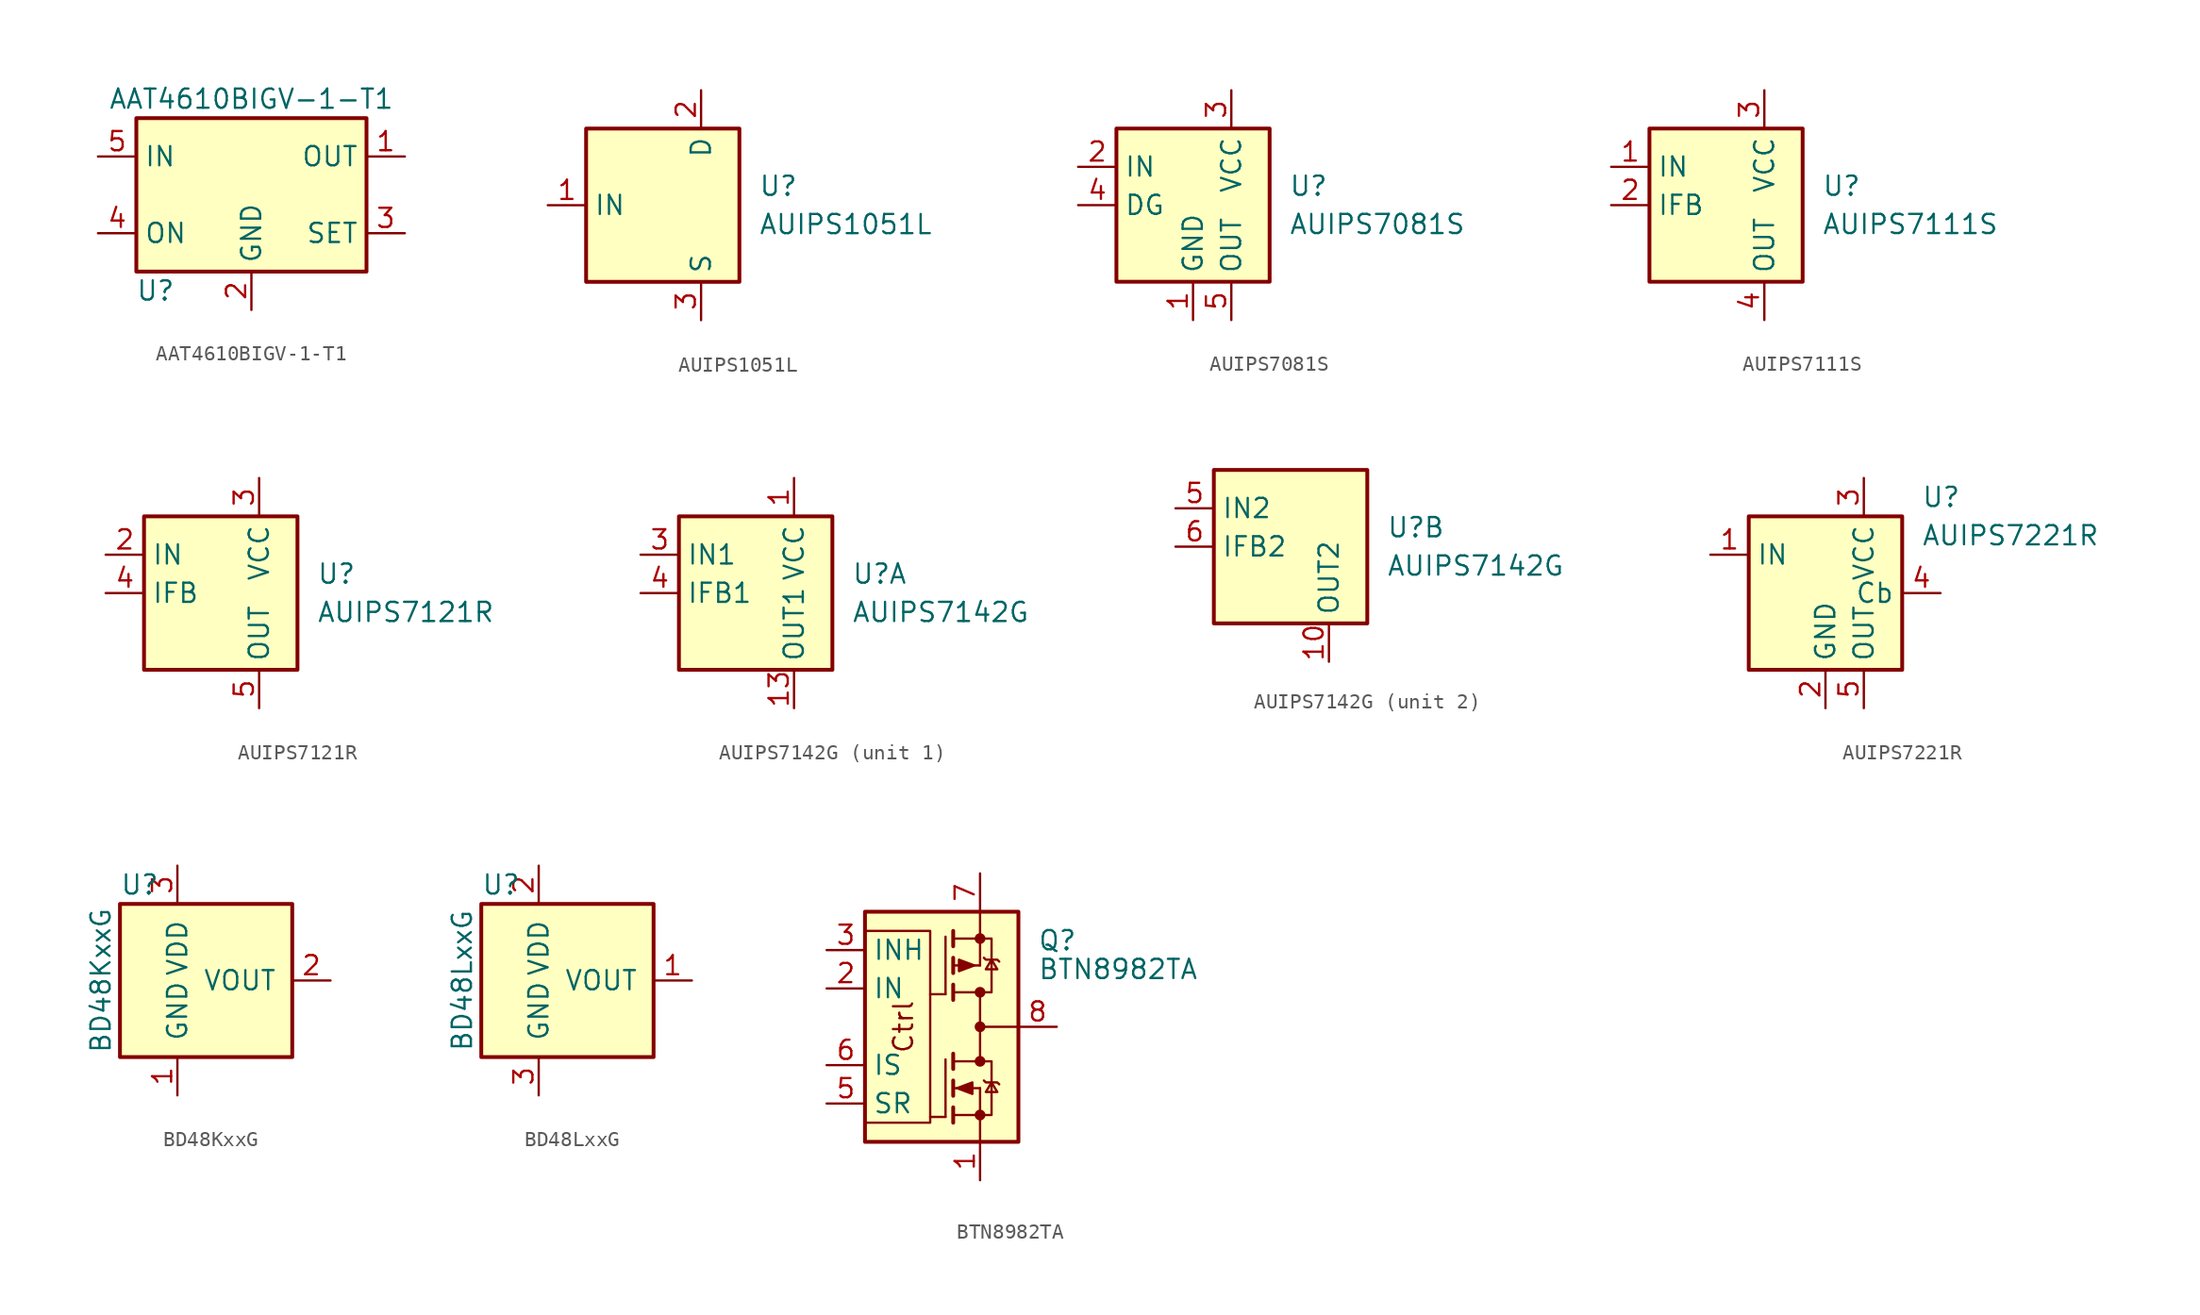
<source format=kicad_sym>
(kicad_symbol_lib
  (version 20201005)
  (generator kicad_symbol_editor)
  (symbol "AAT4610BIGV-1-T1"
    (property "Reference" "U"
      (at -6.35 -6.35 0)
      (effects (font (size 1.27 1.27))))
    (property "Value" "AAT4610BIGV-1-T1"
      (at 0 6.35 0)
      (effects (font (size 1.27 1.27))))
    (symbol "AAT4610BIGV-1-T1_0_1"
      (rectangle (start -7.62 5.08) (end 7.62 -5.08) (stroke (width 0.254)) (fill (type background))))
    (symbol "AAT4610BIGV-1-T1_1_1"
      (pin power_out line (at 10.16 2.54 180) (length 2.54) (name "OUT" (effects (font (size 1.27 1.27)))) (number "1" (effects (font (size 1.27 1.27)))))
      (pin power_in line (at 0 -7.62 90) (length 2.54) (name "GND" (effects (font (size 1.27 1.27)))) (number "2" (effects (font (size 1.27 1.27)))))
      (pin passive line (at 10.16 -2.54 180) (length 2.54) (name "SET" (effects (font (size 1.27 1.27)))) (number "3" (effects (font (size 1.27 1.27)))))
      (pin input line (at -10.16 -2.54 0) (length 2.54) (name "ON" (effects (font (size 1.27 1.27)))) (number "4" (effects (font (size 1.27 1.27)))))
      (pin power_in line (at -10.16 2.54 0) (length 2.54) (name "IN" (effects (font (size 1.27 1.27)))) (number "5" (effects (font (size 1.27 1.27)))))))
  (symbol "AUIPS1051L"
    (property "Reference" "U"
      (at 3.81 1.27 0)
      (effects (font (size 1.27 1.27)) (justify left)))
    (property "Value" "AUIPS1051L"
      (at 3.81 -1.27 0)
      (effects (font (size 1.27 1.27)) (justify left)))
    (symbol "AUIPS1051L_0_1"
      (rectangle (start -7.62 5.08) (end 2.54 -5.08) (stroke (width 0.254)) (fill (type background))))
    (symbol "AUIPS1051L_1_1"
      (pin input line (at -10.16 0 0) (length 2.54) (name "IN" (effects (font (size 1.27 1.27)))) (number "1" (effects (font (size 1.27 1.27)))))
      (pin passive line (at 0 7.62 270) (length 2.54) (name "D" (effects (font (size 1.27 1.27)))) (number "2" (effects (font (size 1.27 1.27)))))
      (pin power_in line (at 0 -7.62 90) (length 2.54) (name "S" (effects (font (size 1.27 1.27)))) (number "3" (effects (font (size 1.27 1.27)))))))
  (symbol "AUIPS7081S"
    (property "Reference" "U"
      (at 3.81 1.27 0)
      (effects (font (size 1.27 1.27)) (justify left)))
    (property "Value" "AUIPS7081S"
      (at 3.81 -1.27 0)
      (effects (font (size 1.27 1.27)) (justify left)))
    (symbol "AUIPS7081S_0_1"
      (rectangle (start -7.62 5.08) (end 2.54 -5.08) (stroke (width 0.254)) (fill (type background))))
    (symbol "AUIPS7081S_1_1"
      (pin power_in line (at -2.54 -7.62 90) (length 2.54) (name "GND" (effects (font (size 1.27 1.27)))) (number "1" (effects (font (size 1.27 1.27)))))
      (pin input line (at -10.16 2.54 0) (length 2.54) (name "IN" (effects (font (size 1.27 1.27)))) (number "2" (effects (font (size 1.27 1.27)))))
      (pin power_in line (at 0 7.62 270) (length 2.54) (name "VCC" (effects (font (size 1.27 1.27)))) (number "3" (effects (font (size 1.27 1.27)))))
      (pin open_collector line (at -10.16 0 0) (length 2.54) (name "DG" (effects (font (size 1.27 1.27)))) (number "4" (effects (font (size 1.27 1.27)))))
      (pin power_out line (at 0 -7.62 90) (length 2.54) (name "OUT" (effects (font (size 1.27 1.27)))) (number "5" (effects (font (size 1.27 1.27)))))))
  (symbol "AUIPS7111S"
    (property "Reference" "U"
      (at 3.81 1.27 0)
      (effects (font (size 1.27 1.27)) (justify left)))
    (property "Value" "AUIPS7111S"
      (at 3.81 -1.27 0)
      (effects (font (size 1.27 1.27)) (justify left)))
    (symbol "AUIPS7111S_0_1"
      (rectangle (start -7.62 5.08) (end 2.54 -5.08) (stroke (width 0.254)) (fill (type background))))
    (symbol "AUIPS7111S_1_1"
      (pin input line (at -10.16 2.54 0) (length 2.54) (name "IN" (effects (font (size 1.27 1.27)))) (number "1" (effects (font (size 1.27 1.27)))))
      (pin output line (at -10.16 0 0) (length 2.54) (name "IFB" (effects (font (size 1.27 1.27)))) (number "2" (effects (font (size 1.27 1.27)))))
      (pin power_in line (at 0 7.62 270) (length 2.54) (name "VCC" (effects (font (size 1.27 1.27)))) (number "3" (effects (font (size 1.27 1.27)))))
      (pin power_out line (at 0 -7.62 90) (length 2.54) (name "OUT" (effects (font (size 1.27 1.27)))) (number "4" (effects (font (size 1.27 1.27)))))
      (pin passive line (at 0 -7.62 90) (length 2.54) hide (name "OUT" (effects (font (size 1.27 1.27)))) (number "5" (effects (font (size 1.27 1.27)))))))
  (symbol "AUIPS7121R"
    (property "Reference" "U"
      (at 3.81 1.27 0)
      (effects (font (size 1.27 1.27)) (justify left)))
    (property "Value" "AUIPS7121R"
      (at 3.81 -1.27 0)
      (effects (font (size 1.27 1.27)) (justify left)))
    (symbol "AUIPS7121R_0_1"
      (rectangle (start -7.62 5.08) (end 2.54 -5.08) (stroke (width 0.254)) (fill (type background))))
    (symbol "AUIPS7121R_1_1"
      (pin no_connect line (at -7.62 -2.54 0) (length 2.54) hide (name "NC" (effects (font (size 1.27 1.27)))) (number "1" (effects (font (size 1.27 1.27)))))
      (pin input line (at -10.16 2.54 0) (length 2.54) (name "IN" (effects (font (size 1.27 1.27)))) (number "2" (effects (font (size 1.27 1.27)))))
      (pin power_in line (at 0 7.62 270) (length 2.54) (name "VCC" (effects (font (size 1.27 1.27)))) (number "3" (effects (font (size 1.27 1.27)))))
      (pin output line (at -10.16 0 0) (length 2.54) (name "IFB" (effects (font (size 1.27 1.27)))) (number "4" (effects (font (size 1.27 1.27)))))
      (pin power_out line (at 0 -7.62 90) (length 2.54) (name "OUT" (effects (font (size 1.27 1.27)))) (number "5" (effects (font (size 1.27 1.27)))))))
  (symbol "AUIPS7142G"
    (property "Reference" "U"
      (at 3.81 1.27 0)
      (effects (font (size 1.27 1.27)) (justify left)))
    (property "Value" "AUIPS7142G"
      (at 3.81 -1.27 0)
      (effects (font (size 1.27 1.27)) (justify left)))
    (symbol "AUIPS7142G_0_1"
      (rectangle (start -7.62 5.08) (end 2.54 -5.08) (stroke (width 0.254)) (fill (type background))))
    (symbol "AUIPS7142G_1_1"
      (pin power_in line (at 0 7.62 270) (length 2.54) (name "VCC" (effects (font (size 1.27 1.27)))) (number "1" (effects (font (size 1.27 1.27)))))
      (pin power_out line (at 0 -7.62 90) (length 2.54) (name "OUT1" (effects (font (size 1.27 1.27)))) (number "13" (effects (font (size 1.27 1.27)))))
      (pin passive line (at 0 -7.62 90) (length 2.54) hide (name "OUT1" (effects (font (size 1.27 1.27)))) (number "14" (effects (font (size 1.27 1.27)))))
      (pin passive line (at 0 -7.62 90) (length 2.54) hide (name "OUT1" (effects (font (size 1.27 1.27)))) (number "15" (effects (font (size 1.27 1.27)))))
      (pin passive line (at 0 7.62 270) (length 2.54) hide (name "VCC" (effects (font (size 1.27 1.27)))) (number "16" (effects (font (size 1.27 1.27)))))
      (pin passive line (at 0 7.62 270) (length 2.54) hide (name "VCC" (effects (font (size 1.27 1.27)))) (number "2" (effects (font (size 1.27 1.27)))))
      (pin input line (at -10.16 2.54 0) (length 2.54) (name "IN1" (effects (font (size 1.27 1.27)))) (number "3" (effects (font (size 1.27 1.27)))))
      (pin output line (at -10.16 0 0) (length 2.54) (name "IFB1" (effects (font (size 1.27 1.27)))) (number "4" (effects (font (size 1.27 1.27)))))
      (pin passive line (at 0 7.62 270) (length 2.54) hide (name "VCC" (effects (font (size 1.27 1.27)))) (number "7" (effects (font (size 1.27 1.27)))))
      (pin passive line (at 0 7.62 270) (length 2.54) hide (name "VCC" (effects (font (size 1.27 1.27)))) (number "8" (effects (font (size 1.27 1.27)))))
      (pin passive line (at 0 7.62 270) (length 2.54) hide (name "VCC" (effects (font (size 1.27 1.27)))) (number "9" (effects (font (size 1.27 1.27))))))
    (symbol "AUIPS7142G_2_1"
      (pin power_out line (at 0 -7.62 90) (length 2.54) (name "OUT2" (effects (font (size 1.27 1.27)))) (number "10" (effects (font (size 1.27 1.27)))))
      (pin passive line (at 0 -7.62 90) (length 2.54) hide (name "OUT2" (effects (font (size 1.27 1.27)))) (number "11" (effects (font (size 1.27 1.27)))))
      (pin passive line (at 0 -7.62 90) (length 2.54) hide (name "OUT2" (effects (font (size 1.27 1.27)))) (number "12" (effects (font (size 1.27 1.27)))))
      (pin input line (at -10.16 2.54 0) (length 2.54) (name "IN2" (effects (font (size 1.27 1.27)))) (number "5" (effects (font (size 1.27 1.27)))))
      (pin output line (at -10.16 0 0) (length 2.54) (name "IFB2" (effects (font (size 1.27 1.27)))) (number "6" (effects (font (size 1.27 1.27)))))))
  (symbol "AUIPS7221R"
    (property "Reference" "U"
      (at 3.81 6.35 0)
      (effects (font (size 1.27 1.27)) (justify left)))
    (property "Value" "AUIPS7221R"
      (at 3.81 3.81 0)
      (effects (font (size 1.27 1.27)) (justify left)))
    (symbol "AUIPS7221R_0_1"
      (rectangle (start -7.62 5.08) (end 2.54 -5.08) (stroke (width 0.254)) (fill (type background))))
    (symbol "AUIPS7221R_1_1"
      (pin input line (at -10.16 2.54 0) (length 2.54) (name "IN" (effects (font (size 1.27 1.27)))) (number "1" (effects (font (size 1.27 1.27)))))
      (pin power_in line (at -2.54 -7.62 90) (length 2.54) (name "GND" (effects (font (size 1.27 1.27)))) (number "2" (effects (font (size 1.27 1.27)))))
      (pin power_in line (at 0 7.62 270) (length 2.54) (name "VCC" (effects (font (size 1.27 1.27)))) (number "3" (effects (font (size 1.27 1.27)))))
      (pin passive line (at 5.08 0 180) (length 2.54) (name "Cb" (effects (font (size 1.27 1.27)))) (number "4" (effects (font (size 1.27 1.27)))))
      (pin power_out line (at 0 -7.62 90) (length 2.54) (name "OUT" (effects (font (size 1.27 1.27)))) (number "5" (effects (font (size 1.27 1.27)))))))
  (symbol "BD48KxxG"
    (pin_names
      (offset 1.016))
    (property "Reference" "U"
      (at -3.81 6.35 0)
      (effects (font (size 1.27 1.27)) (justify left)))
    (property "Value" "BD48KxxG"
      (at -5.08 0 90)
      (effects (font (size 1.27 1.27))))
    (symbol "BD48KxxG_1_1"
      (rectangle (start -3.81 5.08) (end 7.62 -5.08) (stroke (width 0.254)) (fill (type background)))
      (pin power_in line (at 0 -7.62 90) (length 2.54) (name "GND" (effects (font (size 1.27 1.27)))) (number "1" (effects (font (size 1.27 1.27)))))
      (pin output line (at 10.16 0 180) (length 2.54) (name "VOUT" (effects (font (size 1.27 1.27)))) (number "2" (effects (font (size 1.27 1.27)))))
      (pin power_in line (at 0 7.62 270) (length 2.54) (name "VDD" (effects (font (size 1.27 1.27)))) (number "3" (effects (font (size 1.27 1.27)))))))
  (symbol "BD48LxxG"
    (pin_names
      (offset 1.016))
    (property "Reference" "U"
      (at -3.81 6.35 0)
      (effects (font (size 1.27 1.27)) (justify left)))
    (property "Value" "BD48LxxG"
      (at -5.08 0 90)
      (effects (font (size 1.27 1.27))))
    (symbol "BD48LxxG_1_1"
      (rectangle (start -3.81 5.08) (end 7.62 -5.08) (stroke (width 0.254)) (fill (type background)))
      (pin output line (at 10.16 0 180) (length 2.54) (name "VOUT" (effects (font (size 1.27 1.27)))) (number "1" (effects (font (size 1.27 1.27)))))
      (pin power_in line (at 0 7.62 270) (length 2.54) (name "VDD" (effects (font (size 1.27 1.27)))) (number "2" (effects (font (size 1.27 1.27)))))
      (pin power_in line (at 0 -7.62 90) (length 2.54) (name "GND" (effects (font (size 1.27 1.27)))) (number "3" (effects (font (size 1.27 1.27)))))))
  (symbol "BTN8982TA"
    (property "Reference" "Q"
      (at 6.35 5.715 0)
      (effects (font (size 1.27 1.27)) (justify left)))
    (property "Value" "BTN8982TA"
      (at 6.35 3.81 0)
      (effects (font (size 1.27 1.27)) (justify left)))
    (symbol "BTN8982TA_0_1"
      (rectangle (start -5.08 7.62) (end 5.08 -7.62) (stroke (width 0.254)) (fill (type background)))
      (polyline (pts (xy 0.254 -5.969) (xy -0.762 -5.969)) (stroke (width 0)) (fill (type none)))
      (polyline (pts (xy 0.254 2.159) (xy -0.762 2.159)) (stroke (width 0)) (fill (type none)))
      (polyline (pts (xy 2.54 0) (xy 5.08 0)) (stroke (width 0)) (fill (type none)))
      (polyline (pts (xy 2.54 2.286) (xy 2.54 -2.286)) (stroke (width 0)) (fill (type none)))
      (polyline (pts (xy 2.54 -5.842) (xy 2.54 -7.62) (xy 2.54 -6.858)) (stroke (width 0)) (fill (type none)))
      (polyline (pts (xy -5.08 6.35) (xy -0.762 6.35) (xy -0.762 -6.35) (xy -5.08 -6.35)) (stroke (width 0)) (fill (type none))))
    (symbol "BTN8982TA_1_0"
      (text "Ctrl" (at -2.54 0 900) (effects (font (size 1.27 1.27)))))
    (symbol "BTN8982TA_1_1"
      (circle (center 2.54 -5.842) (radius 0.279) (stroke (width 0)) (fill (type outline)))
      (circle (center 2.54 -2.286) (radius 0.279) (stroke (width 0)) (fill (type outline)))
      (circle (center 2.54 0) (radius 0.279) (stroke (width 0)) (fill (type outline)))
      (circle (center 2.54 2.286) (radius 0.279) (stroke (width 0)) (fill (type outline)))
      (circle (center 2.54 5.842) (radius 0.279) (stroke (width 0)) (fill (type outline)))
      (polyline (pts (xy 0.762 -5.842) (xy 2.54 -5.842)) (stroke (width 0)) (fill (type none)))
      (polyline (pts (xy 0.762 -5.334) (xy 0.762 -6.35)) (stroke (width 0.254)) (fill (type none)))
      (polyline (pts (xy 0.762 -4.064) (xy 2.54 -4.064)) (stroke (width 0)) (fill (type none)))
      (polyline (pts (xy 0.762 -3.556) (xy 0.762 -4.572)) (stroke (width 0.254)) (fill (type none)))
      (polyline (pts (xy 0.762 -2.286) (xy 2.54 -2.286)) (stroke (width 0)) (fill (type none)))
      (polyline (pts (xy 0.762 -1.778) (xy 0.762 -2.794)) (stroke (width 0.254)) (fill (type none)))
      (polyline (pts (xy 0.762 2.286) (xy 2.54 2.286)) (stroke (width 0)) (fill (type none)))
      (polyline (pts (xy 0.762 2.794) (xy 0.762 1.778)) (stroke (width 0.254)) (fill (type none)))
      (polyline (pts (xy 0.762 4.064) (xy 2.54 4.064)) (stroke (width 0)) (fill (type none)))
      (polyline (pts (xy 0.762 4.572) (xy 0.762 3.556)) (stroke (width 0.254)) (fill (type none)))
      (polyline (pts (xy 0.762 5.842) (xy 2.54 5.842)) (stroke (width 0)) (fill (type none)))
      (polyline (pts (xy 0.762 6.35) (xy 0.762 5.334)) (stroke (width 0.254)) (fill (type none)))
      (polyline (pts (xy 2.54 -5.842) (xy 2.54 -4.064)) (stroke (width 0)) (fill (type none)))
      (polyline (pts (xy 2.54 4.064) (xy 2.54 5.842)) (stroke (width 0)) (fill (type none)))
      (polyline (pts (xy 2.54 7.62) (xy 2.54 5.842)) (stroke (width 0)) (fill (type none)))
      (polyline (pts (xy 0.254 -2.159) (xy 0.254 -5.969) (xy 0.254 -5.969)) (stroke (width 0)) (fill (type none)))
      (polyline (pts (xy 0.254 5.969) (xy 0.254 2.159) (xy 0.254 2.159)) (stroke (width 0)) (fill (type none)))
      (polyline (pts (xy 1.016 -4.064) (xy 2.032 -3.683) (xy 2.032 -4.445) (xy 1.016 -4.064)) (stroke (width 0)) (fill (type outline)))
      (polyline (pts (xy 2.159 4.064) (xy 1.143 3.683) (xy 1.143 4.445) (xy 2.159 4.064)) (stroke (width 0)) (fill (type outline)))
      (polyline (pts (xy 2.54 -5.842) (xy 3.302 -5.842) (xy 3.302 -2.286) (xy 2.54 -2.286)) (stroke (width 0)) (fill (type none)))
      (polyline (pts (xy 2.54 2.286) (xy 3.302 2.286) (xy 3.302 5.842) (xy 2.54 5.842)) (stroke (width 0)) (fill (type none)))
      (polyline (pts (xy 2.794 -3.556) (xy 2.921 -3.683) (xy 3.683 -3.683) (xy 3.81 -3.81)) (stroke (width 0)) (fill (type none)))
      (polyline (pts (xy 2.794 4.572) (xy 2.921 4.445) (xy 3.683 4.445) (xy 3.81 4.318)) (stroke (width 0)) (fill (type none)))
      (polyline (pts (xy 3.302 -3.683) (xy 2.921 -4.318) (xy 3.683 -4.318) (xy 3.302 -3.683)) (stroke (width 0)) (fill (type none)))
      (polyline (pts (xy 3.302 4.445) (xy 2.921 3.81) (xy 3.683 3.81) (xy 3.302 4.445)) (stroke (width 0)) (fill (type none)))
      (pin power_in line (at 2.54 -10.16 90) (length 2.54) (name "~" (effects (font (size 1.27 1.27)))) (number "1" (effects (font (size 1.27 1.27)))))
      (pin input line (at -7.62 2.54 0) (length 2.54) (name "IN" (effects (font (size 1.27 1.27)))) (number "2" (effects (font (size 1.27 1.27)))))
      (pin input line (at -7.62 5.08 0) (length 2.54) (name "INH" (effects (font (size 1.27 1.27)))) (number "3" (effects (font (size 1.27 1.27)))))
      (pin passive line (at 7.62 0 180) (length 2.54) hide (name "~" (effects (font (size 1.27 1.27)))) (number "4" (effects (font (size 1.27 1.27)))))
      (pin input line (at -7.62 -5.08 0) (length 2.54) (name "SR" (effects (font (size 1.27 1.27)))) (number "5" (effects (font (size 1.27 1.27)))))
      (pin output line (at -7.62 -2.54 0) (length 2.54) (name "IS" (effects (font (size 1.27 1.27)))) (number "6" (effects (font (size 1.27 1.27)))))
      (pin power_in line (at 2.54 10.16 270) (length 2.54) (name "~" (effects (font (size 1.27 1.27)))) (number "7" (effects (font (size 1.27 1.27)))))
      (pin passive line (at 7.62 0 180) (length 2.54) (name "~" (effects (font (size 1.27 1.27)))) (number "8" (effects (font (size 1.27 1.27))))))))
</source>
